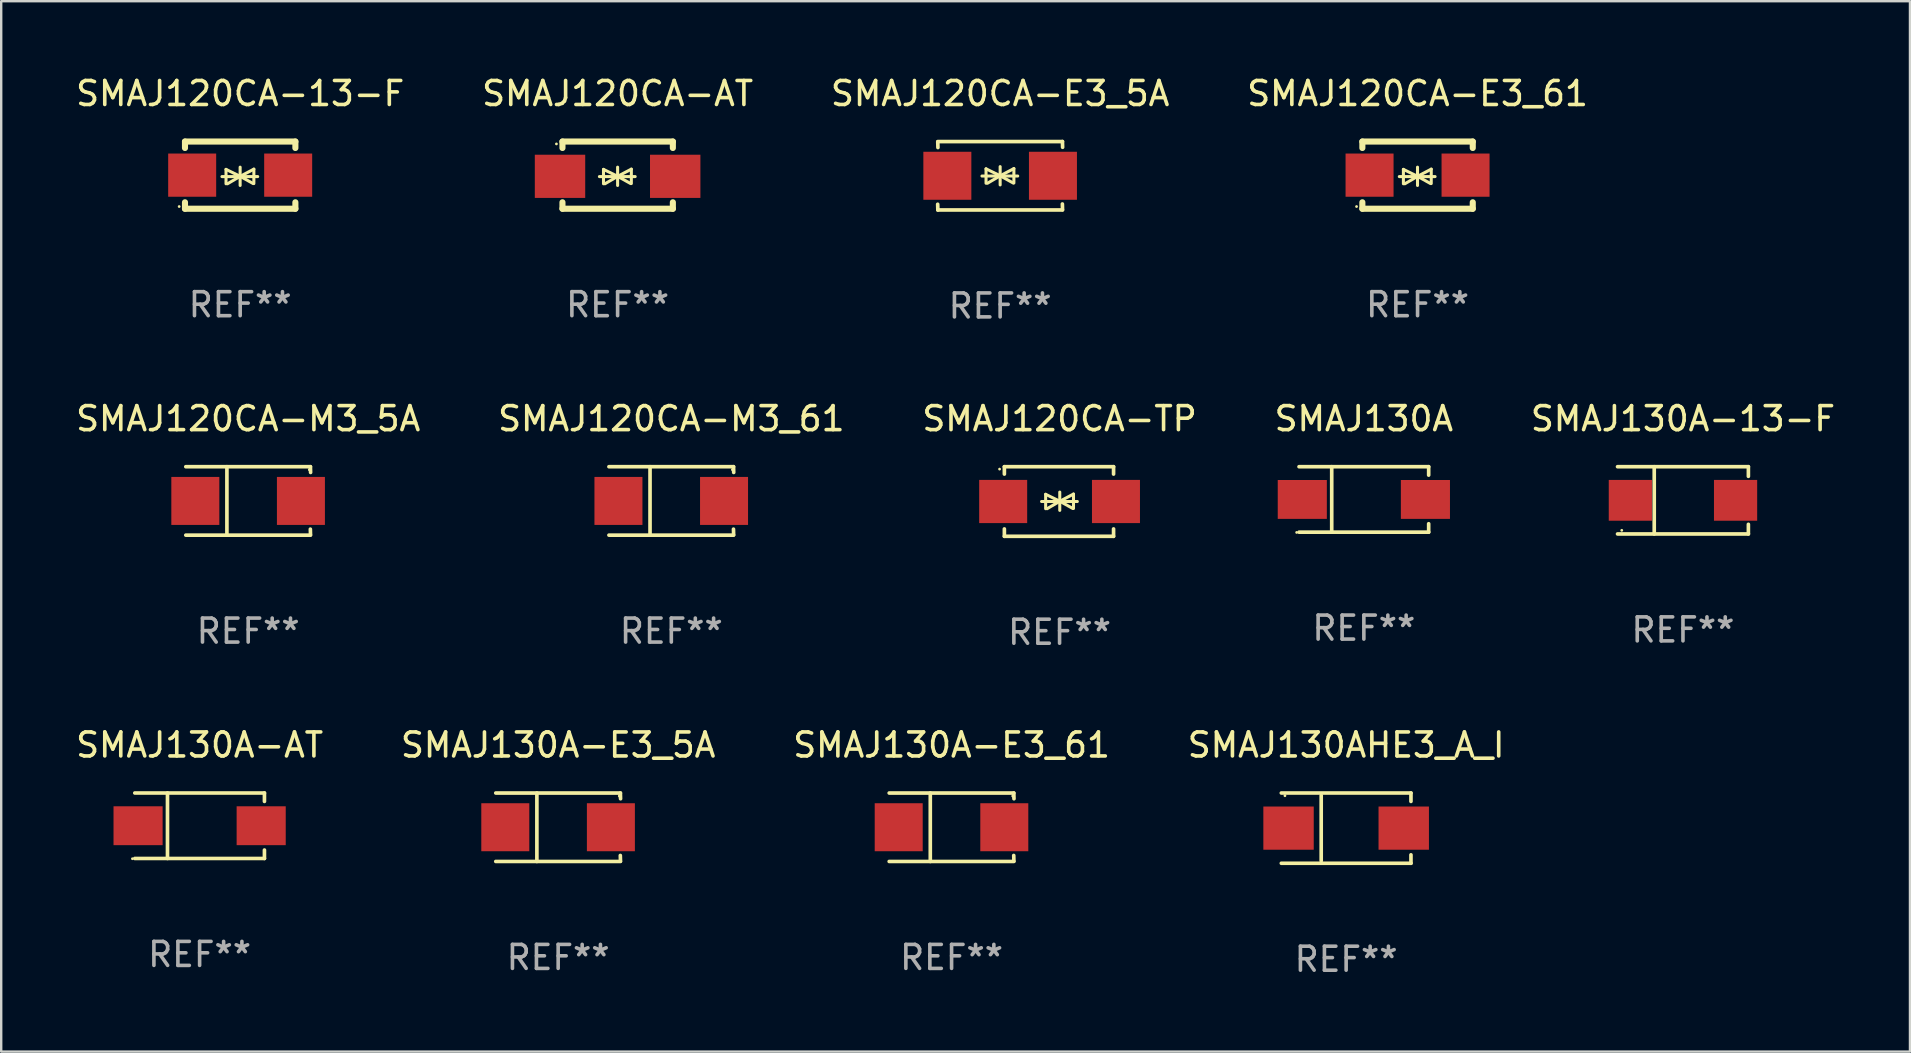
<source format=kicad_pcb>
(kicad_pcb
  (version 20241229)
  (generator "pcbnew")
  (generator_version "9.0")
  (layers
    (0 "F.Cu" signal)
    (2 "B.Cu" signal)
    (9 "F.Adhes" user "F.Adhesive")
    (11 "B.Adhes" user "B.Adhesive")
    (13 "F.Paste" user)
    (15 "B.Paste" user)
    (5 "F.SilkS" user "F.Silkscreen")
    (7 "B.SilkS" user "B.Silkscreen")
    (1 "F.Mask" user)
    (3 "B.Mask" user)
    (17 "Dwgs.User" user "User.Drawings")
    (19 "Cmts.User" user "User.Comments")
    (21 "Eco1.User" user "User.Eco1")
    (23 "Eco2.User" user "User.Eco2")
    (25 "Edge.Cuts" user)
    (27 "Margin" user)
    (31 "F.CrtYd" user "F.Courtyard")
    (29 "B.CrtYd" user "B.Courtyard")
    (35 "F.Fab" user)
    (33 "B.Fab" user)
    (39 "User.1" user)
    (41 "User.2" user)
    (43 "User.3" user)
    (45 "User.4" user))
  (footprint "SMAJ130A-E3_5A"
    (layer "F.Cu")
    (at 20.208 31.42)
    (property "Reference" "SMAJ130A-E3_5A" (at 0 -3.426 0) (layer "F.SilkS") (effects (font (size 1 1) (thickness 0.15))))
    (attr through_hole)
    (fp_line (start -2.6 -1.426) (end 2.593 -1.426) (stroke (width 0.152) (type solid)) (layer "F.SilkS"))
    (fp_line (start -2.6 1.426) (end 2.593 1.426) (stroke (width 0.152) (type solid)) (layer "F.SilkS"))
    (fp_line (start -0.887 -1.426) (end -0.887 1.426) (stroke (width 0.152) (type solid)) (layer "F.SilkS"))
    (fp_line (start 2.59 1.176) (end 2.597 1.415) (stroke (width 0.152) (type solid)) (layer "F.SilkS"))
    (fp_line (start 2.593 -1.426) (end 2.6 -1.187) (stroke (width 0.152) (type solid)) (layer "F.SilkS"))
    (fp_circle (center 2.547 -1.3) (end 2.577 -1.3) (stroke (width 0.06) (type solid)) (fill no) (layer "F.SilkS"))
    (fp_text user "REF**" (at 0 5.426 0) (layer "F.Fab") (effects (font (size 1 1) (thickness 0.15))))
    (pad "1" smd rect (at 2.197 -0.000025 180) (size 2 2) (layers "F.Cu" "F.Mask" "F.Paste"))
    (pad "2" smd rect (at -2.203 -0.000025 180) (size 2 2) (layers "F.Cu" "F.Mask" "F.Paste")))
  (footprint "SMAJ120CA-AT"
    (layer "F.Cu")
    (at 22.685 4.248)
    (property "Reference" "SMAJ120CA-AT" (at 0 -3.4 0) (layer "F.SilkS") (effects (font (size 1 1) (thickness 0.15))))
    (attr through_hole)
    (fp_line (start -2.298 -1.4) (end -2.298 -1.131) (stroke (width 0.254) (type solid)) (layer "F.SilkS"))
    (fp_line (start -2.298 -1.4) (end 2.302 -1.4) (stroke (width 0.254) (type solid)) (layer "F.SilkS"))
    (fp_line (start -2.298 1.131) (end -2.298 1.4) (stroke (width 0.254) (type solid)) (layer "F.SilkS"))
    (fp_line (start -2.298 1.4) (end 2.302 1.4) (stroke (width 0.254) (type solid)) (layer "F.SilkS"))
    (fp_line (start -0.758 0.06) (end 0.732 0.06) (stroke (width 0.127) (type solid)) (layer "F.SilkS"))
    (fp_line (start -0.588 -0.24) (end -0.588 0.36) (stroke (width 0.127) (type solid)) (layer "F.SilkS"))
    (fp_line (start -0.588 -0.24) (end 0.000025 0.049) (stroke (width 0.127) (type solid)) (layer "F.SilkS"))
    (fp_line (start -0.528 0.36) (end 0.000025 0.049) (stroke (width 0.127) (type solid)) (layer "F.SilkS"))
    (fp_line (start 0.000025 0.049) (end 0.000025 -0.332) (stroke (width 0.127) (type solid)) (layer "F.SilkS"))
    (fp_line (start 0.000025 0.049) (end 0.000025 0.43) (stroke (width 0.127) (type solid)) (layer "F.SilkS"))
    (fp_line (start 0.542 0.35) (end 0.000025 0.049) (stroke (width 0.127) (type solid)) (layer "F.SilkS"))
    (fp_line (start 0.572 -0.25) (end 0.000025 0.049) (stroke (width 0.127) (type solid)) (layer "F.SilkS"))
    (fp_line (start 0.572 -0.25) (end 0.572 0.35) (stroke (width 0.127) (type solid)) (layer "F.SilkS"))
    (fp_line (start 2.302 -1.4) (end 2.302 -1.131) (stroke (width 0.254) (type solid)) (layer "F.SilkS"))
    (fp_line (start 2.302 1.131) (end 2.302 1.4) (stroke (width 0.254) (type solid)) (layer "F.SilkS"))
    (fp_circle (center -2.549 -1.301) (end -2.519 -1.301) (stroke (width 0.06) (type solid)) (fill no) (layer "F.SilkS"))
    (fp_text user "REF**" (at 0 5.4 0) (layer "F.Fab") (effects (font (size 1 1) (thickness 0.15))))
    (pad "1" smd rect (at -2.4 0.049) (size 2.1 1.8) (layers "F.Cu" "F.Mask" "F.Paste"))
    (pad "2" smd rect (at 2.4 0.049) (size 2.1 1.8) (layers "F.Cu" "F.Mask" "F.Paste")))
  (footprint "SMAJ120CA-M3_5A"
    (layer "F.Cu")
    (at 7.292 17.823)
    (property "Reference" "SMAJ120CA-M3_5A" (at 0 -3.426 0) (layer "F.SilkS") (effects (font (size 1 1) (thickness 0.15))))
    (attr through_hole)
    (fp_line (start -2.6 -1.426) (end 2.593 -1.426) (stroke (width 0.152) (type solid)) (layer "F.SilkS"))
    (fp_line (start -2.6 1.426) (end 2.593 1.426) (stroke (width 0.152) (type solid)) (layer "F.SilkS"))
    (fp_line (start -0.887 -1.426) (end -0.887 1.426) (stroke (width 0.152) (type solid)) (layer "F.SilkS"))
    (fp_line (start 2.59 1.176) (end 2.597 1.415) (stroke (width 0.152) (type solid)) (layer "F.SilkS"))
    (fp_line (start 2.593 -1.426) (end 2.6 -1.187) (stroke (width 0.152) (type solid)) (layer "F.SilkS"))
    (fp_circle (center 2.547 -1.3) (end 2.577 -1.3) (stroke (width 0.06) (type solid)) (fill no) (layer "F.SilkS"))
    (fp_text user "REF**" (at 0 5.426 0) (layer "F.Fab") (effects (font (size 1 1) (thickness 0.15))))
    (pad "1" smd rect (at 2.197 -0.000025 180) (size 2 2) (layers "F.Cu" "F.Mask" "F.Paste"))
    (pad "2" smd rect (at -2.203 -0.000025 180) (size 2 2) (layers "F.Cu" "F.Mask" "F.Paste")))
  (footprint "SMAJ130A-13-F"
    (layer "F.Cu")
    (at 67.077 17.798)
    (property "Reference" "SMAJ130A-13-F" (at 0 -3.401 0) (layer "F.SilkS") (effects (font (size 1 1) (thickness 0.15))))
    (attr through_hole)
    (fp_line (start -2.726 -1.401) (end 2.726 -1.401) (stroke (width 0.152) (type solid)) (layer "F.SilkS"))
    (fp_line (start -2.726 1.401) (end 2.726 1.401) (stroke (width 0.152) (type solid)) (layer "F.SilkS"))
    (fp_line (start -1.197 -1.401) (end -1.197 1.401) (stroke (width 0.152) (type solid)) (layer "F.SilkS"))
    (fp_line (start 2.726 -1.401) (end 2.726 -1) (stroke (width 0.152) (type solid)) (layer "F.SilkS"))
    (fp_line (start 2.726 1.401) (end 2.726 1) (stroke (width 0.152) (type solid)) (layer "F.SilkS"))
    (fp_circle (center -2.55 1.25) (end -2.52 1.25) (stroke (width 0.06) (type solid)) (fill no) (layer "F.SilkS"))
    (fp_text user "REF**" (at 0 5.401 0) (layer "F.Fab") (effects (font (size 1 1) (thickness 0.15))))
    (pad "1" smd rect (at -2.192 0) (size 1.8 1.7) (layers "F.Cu" "F.Mask" "F.Paste"))
    (pad "2" smd rect (at 2.192 0) (size 1.8 1.7) (layers "F.Cu" "F.Mask" "F.Paste")))
  (footprint "SMAJ120CA-E3_5A"
    (layer "F.Cu")
    (at 38.625 4.274)
    (property "Reference" "SMAJ120CA-E3_5A" (at 0 -3.426 0) (layer "F.SilkS") (effects (font (size 1 1) (thickness 0.15))))
    (attr through_hole)
    (fp_line (start -2.596 -1.426) (end 2.596 -1.426) (stroke (width 0.152) (type solid)) (layer "F.SilkS"))
    (fp_line (start -2.596 1.426) (end -2.603 1.187) (stroke (width 0.152) (type solid)) (layer "F.SilkS"))
    (fp_line (start -2.596 1.426) (end 2.596 1.426) (stroke (width 0.152) (type solid)) (layer "F.SilkS"))
    (fp_line (start -2.593 -1.176) (end -2.6 -1.415) (stroke (width 0.152) (type solid)) (layer "F.SilkS"))
    (fp_line (start -0.758 0.011) (end 0.732 0.011) (stroke (width 0.127) (type solid)) (layer "F.SilkS"))
    (fp_line (start -0.588 -0.289) (end -0.588 0.311) (stroke (width 0.127) (type solid)) (layer "F.SilkS"))
    (fp_line (start -0.588 -0.289) (end 0 0) (stroke (width 0.127) (type solid)) (layer "F.SilkS"))
    (fp_line (start -0.528 0.311) (end 0 0) (stroke (width 0.127) (type solid)) (layer "F.SilkS"))
    (fp_line (start 0 0) (end 0 -0.381) (stroke (width 0.127) (type solid)) (layer "F.SilkS"))
    (fp_line (start 0 0) (end 0 0.381) (stroke (width 0.127) (type solid)) (layer "F.SilkS"))
    (fp_line (start 0.542 0.301) (end 0 0) (stroke (width 0.127) (type solid)) (layer "F.SilkS"))
    (fp_line (start 0.572 -0.299) (end 0 0) (stroke (width 0.127) (type solid)) (layer "F.SilkS"))
    (fp_line (start 0.572 -0.299) (end 0.572 0.301) (stroke (width 0.127) (type solid)) (layer "F.SilkS"))
    (fp_line (start 2.593 1.176) (end 2.6 1.415) (stroke (width 0.152) (type solid)) (layer "F.SilkS"))
    (fp_line (start 2.596 -1.426) (end 2.603 -1.187) (stroke (width 0.152) (type solid)) (layer "F.SilkS"))
    (fp_circle (center -2.605 1.3) (end -2.575 1.3) (stroke (width 0.06) (type solid)) (fill no) (layer "F.SilkS"))
    (fp_text user "REF**" (at 0 5.426 0) (layer "F.Fab") (effects (font (size 1 1) (thickness 0.15))))
    (pad "1" smd rect (at -2.2 0 180) (size 2 2) (layers "F.Cu" "F.Mask" "F.Paste"))
    (pad "2" smd rect (at 2.2 0 180) (size 2 2) (layers "F.Cu" "F.Mask" "F.Paste")))
  (footprint "SMAJ130A-E3_61"
    (layer "F.Cu")
    (at 36.601 31.42)
    (property "Reference" "SMAJ130A-E3_61" (at 0 -3.426 0) (layer "F.SilkS") (effects (font (size 1 1) (thickness 0.15))))
    (attr through_hole)
    (fp_line (start -2.6 -1.426) (end 2.593 -1.426) (stroke (width 0.152) (type solid)) (layer "F.SilkS"))
    (fp_line (start -2.6 1.426) (end 2.593 1.426) (stroke (width 0.152) (type solid)) (layer "F.SilkS"))
    (fp_line (start -0.887 -1.426) (end -0.887 1.426) (stroke (width 0.152) (type solid)) (layer "F.SilkS"))
    (fp_line (start 2.59 1.176) (end 2.597 1.415) (stroke (width 0.152) (type solid)) (layer "F.SilkS"))
    (fp_line (start 2.593 -1.426) (end 2.6 -1.187) (stroke (width 0.152) (type solid)) (layer "F.SilkS"))
    (fp_circle (center 2.547 -1.3) (end 2.577 -1.3) (stroke (width 0.06) (type solid)) (fill no) (layer "F.SilkS"))
    (fp_text user "REF**" (at 0 5.426 0) (layer "F.Fab") (effects (font (size 1 1) (thickness 0.15))))
    (pad "1" smd rect (at 2.197 -0.000025 180) (size 2 2) (layers "F.Cu" "F.Mask" "F.Paste"))
    (pad "2" smd rect (at -2.203 -0.000025 180) (size 2 2) (layers "F.Cu" "F.Mask" "F.Paste")))
  (footprint "SMAJ130AHE3_A_I"
    (layer "F.Cu")
    (at 53.042 31.457)
    (property "Reference" "SMAJ130AHE3_A_I" (at 0 -3.464 0) (layer "F.SilkS") (effects (font (size 1 1) (thickness 0.15))))
    (attr through_hole)
    (fp_line (start -2.701 -1.464) (end 2.701 -1.464) (stroke (width 0.152) (type solid)) (layer "F.SilkS"))
    (fp_line (start -2.701 1.464) (end 2.701 1.464) (stroke (width 0.152) (type solid)) (layer "F.SilkS"))
    (fp_line (start -1.039 -1.364) (end -1.039 1.364) (stroke (width 0.152) (type solid)) (layer "F.SilkS"))
    (fp_line (start 2.701 -1.464) (end 2.701 -1.113) (stroke (width 0.152) (type solid)) (layer "F.SilkS"))
    (fp_line (start 2.701 1.464) (end 2.701 1.113) (stroke (width 0.152) (type solid)) (layer "F.SilkS"))
    (fp_circle (center -2.55 -1.35) (end -2.52 -1.35) (stroke (width 0.06) (type solid)) (fill no) (layer "F.SilkS"))
    (fp_text user "REF**" (at 0 5.464 0) (layer "F.Fab") (effects (font (size 1 1) (thickness 0.15))))
    (pad "1" smd rect (at -2.4 0) (size 2.1 1.8) (layers "F.Cu" "F.Mask" "F.Paste"))
    (pad "2" smd rect (at 2.4 0) (size 2.1 1.8) (layers "F.Cu" "F.Mask" "F.Paste")))
  (footprint "SMAJ130A-AT"
    (layer "F.Cu")
    (at 5.268 31.357)
    (property "Reference" "SMAJ130A-AT" (at 0 -3.364 0) (layer "F.SilkS") (effects (font (size 1 1) (thickness 0.15))))
    (attr through_hole)
    (fp_line (start -2.701 -1.364) (end 2.701 -1.364) (stroke (width 0.152) (type solid)) (layer "F.SilkS"))
    (fp_line (start -2.701 1.364) (end 2.701 1.364) (stroke (width 0.152) (type solid)) (layer "F.SilkS"))
    (fp_line (start -1.339 -1.364) (end -1.339 1.364) (stroke (width 0.152) (type solid)) (layer "F.SilkS"))
    (fp_line (start 2.701 -1.364) (end 2.701 -1.013) (stroke (width 0.152) (type solid)) (layer "F.SilkS"))
    (fp_line (start 2.701 1.364) (end 2.701 1.013) (stroke (width 0.152) (type solid)) (layer "F.SilkS"))
    (fp_circle (center -2.8 1.375) (end -2.77 1.375) (stroke (width 0.06) (type solid)) (fill no) (layer "F.SilkS"))
    (fp_text user "REF**" (at 0 5.364 0) (layer "F.Fab") (effects (font (size 1 1) (thickness 0.15))))
    (pad "1" smd rect (at -2.565 -0.000025) (size 2.046 1.62) (layers "F.Cu" "F.Mask" "F.Paste"))
    (pad "2" smd rect (at 2.565 -0.000025) (size 2.046 1.62) (layers "F.Cu" "F.Mask" "F.Paste")))
  (footprint "SMAJ130A"
    (layer "F.Cu")
    (at 53.78 17.761)
    (property "Reference" "SMAJ130A" (at 0 -3.364 0) (layer "F.SilkS") (effects (font (size 1 1) (thickness 0.15))))
    (attr through_hole)
    (fp_line (start -2.701 -1.364) (end 2.701 -1.364) (stroke (width 0.152) (type solid)) (layer "F.SilkS"))
    (fp_line (start -2.701 1.364) (end 2.701 1.364) (stroke (width 0.152) (type solid)) (layer "F.SilkS"))
    (fp_line (start -1.339 -1.364) (end -1.339 1.364) (stroke (width 0.152) (type solid)) (layer "F.SilkS"))
    (fp_line (start 2.701 -1.364) (end 2.701 -1.013) (stroke (width 0.152) (type solid)) (layer "F.SilkS"))
    (fp_line (start 2.701 1.364) (end 2.701 1.013) (stroke (width 0.152) (type solid)) (layer "F.SilkS"))
    (fp_circle (center -2.8 1.375) (end -2.77 1.375) (stroke (width 0.06) (type solid)) (fill no) (layer "F.SilkS"))
    (fp_text user "REF**" (at 0 5.364 0) (layer "F.Fab") (effects (font (size 1 1) (thickness 0.15))))
    (pad "1" smd rect (at -2.565 -0.000025) (size 2.046 1.62) (layers "F.Cu" "F.Mask" "F.Paste"))
    (pad "2" smd rect (at 2.565 -0.000025) (size 2.046 1.62) (layers "F.Cu" "F.Mask" "F.Paste")))
  (footprint "SMAJ120CA-TP"
    (layer "F.Cu")
    (at 41.101 17.847)
    (property "Reference" "SMAJ120CA-TP" (at 0 -3.45 0) (layer "F.SilkS") (effects (font (size 1 1) (thickness 0.15))))
    (attr through_hole)
    (fp_line (start -2.3 -1.45) (end -2.3 -1.143) (stroke (width 0.152) (type solid)) (layer "F.SilkS"))
    (fp_line (start -2.3 -1.45) (end 2.25 -1.45) (stroke (width 0.152) (type solid)) (layer "F.SilkS"))
    (fp_line (start -2.3 1.45) (end -2.3 1.143) (stroke (width 0.152) (type solid)) (layer "F.SilkS"))
    (fp_line (start -0.75 0.000025) (end 0.74 0.000025) (stroke (width 0.127) (type solid)) (layer "F.SilkS"))
    (fp_line (start -0.58 -0.3) (end -0.58 0.3) (stroke (width 0.127) (type solid)) (layer "F.SilkS"))
    (fp_line (start -0.58 -0.3) (end 0.008 -0.011) (stroke (width 0.127) (type solid)) (layer "F.SilkS"))
    (fp_line (start -0.52 0.3) (end 0.008 -0.011) (stroke (width 0.127) (type solid)) (layer "F.SilkS"))
    (fp_line (start 0.008 -0.011) (end 0.008 -0.392) (stroke (width 0.127) (type solid)) (layer "F.SilkS"))
    (fp_line (start 0.008 -0.011) (end 0.008 0.37) (stroke (width 0.127) (type solid)) (layer "F.SilkS"))
    (fp_line (start 0.55 0.29) (end 0.008 -0.011) (stroke (width 0.127) (type solid)) (layer "F.SilkS"))
    (fp_line (start 0.58 -0.31) (end 0.008 -0.011) (stroke (width 0.127) (type solid)) (layer "F.SilkS"))
    (fp_line (start 0.58 -0.31) (end 0.58 0.29) (stroke (width 0.127) (type solid)) (layer "F.SilkS"))
    (fp_line (start 2.25 -1.45) (end 2.25 -1.143) (stroke (width 0.152) (type solid)) (layer "F.SilkS"))
    (fp_line (start 2.25 1.45) (end -2.3 1.45) (stroke (width 0.152) (type solid)) (layer "F.SilkS"))
    (fp_line (start 2.25 1.45) (end 2.25 1.143) (stroke (width 0.152) (type solid)) (layer "F.SilkS"))
    (fp_circle (center -2.5 -1.35) (end -2.47 -1.35) (stroke (width 0.06) (type solid)) (fill no) (layer "F.SilkS"))
    (fp_text user "REF**" (at 0 5.45 0) (layer "F.Fab") (effects (font (size 1 1) (thickness 0.15))))
    (pad "1" smd rect (at -2.35 -0.000025) (size 2 1.8) (layers "F.Cu" "F.Mask" "F.Paste"))
    (pad "2" smd rect (at 2.35 -0.000025) (size 2 1.8) (layers "F.Cu" "F.Mask" "F.Paste")))
  (footprint "SMAJ120CA-13-F"
    (layer "F.Cu")
    (at 6.958 4.248)
    (property "Reference" "SMAJ120CA-13-F" (at 0 -3.4 0) (layer "F.SilkS") (effects (font (size 1 1) (thickness 0.15))))
    (attr through_hole)
    (fp_line (start -2.3 -1.4) (end -2.3 -1.131) (stroke (width 0.254) (type solid)) (layer "F.SilkS"))
    (fp_line (start -2.3 -1.4) (end 2.3 -1.4) (stroke (width 0.254) (type solid)) (layer "F.SilkS"))
    (fp_line (start -2.3 1.131) (end -2.3 1.4) (stroke (width 0.254) (type solid)) (layer "F.SilkS"))
    (fp_line (start -2.3 1.4) (end 2.3 1.4) (stroke (width 0.254) (type solid)) (layer "F.SilkS"))
    (fp_line (start -0.76 0.06) (end 0.73 0.06) (stroke (width 0.127) (type solid)) (layer "F.SilkS"))
    (fp_line (start -0.59 -0.24) (end -0.59 0.36) (stroke (width 0.127) (type solid)) (layer "F.SilkS"))
    (fp_line (start -0.59 -0.24) (end -0.002 0.049) (stroke (width 0.127) (type solid)) (layer "F.SilkS"))
    (fp_line (start -0.53 0.36) (end -0.002 0.049) (stroke (width 0.127) (type solid)) (layer "F.SilkS"))
    (fp_line (start -0.002 0.049) (end -0.002 -0.332) (stroke (width 0.127) (type solid)) (layer "F.SilkS"))
    (fp_line (start -0.002 0.049) (end -0.002 0.43) (stroke (width 0.127) (type solid)) (layer "F.SilkS"))
    (fp_line (start 0.54 0.35) (end -0.002 0.049) (stroke (width 0.127) (type solid)) (layer "F.SilkS"))
    (fp_line (start 0.57 -0.25) (end -0.002 0.049) (stroke (width 0.127) (type solid)) (layer "F.SilkS"))
    (fp_line (start 0.57 -0.25) (end 0.57 0.35) (stroke (width 0.127) (type solid)) (layer "F.SilkS"))
    (fp_line (start 2.3 -1.4) (end 2.3 -1.131) (stroke (width 0.254) (type solid)) (layer "F.SilkS"))
    (fp_line (start 2.3 1.131) (end 2.3 1.4) (stroke (width 0.254) (type solid)) (layer "F.SilkS"))
    (fp_circle (center -2.542 1.308) (end -2.512 1.308) (stroke (width 0.06) (type solid)) (fill no) (layer "F.SilkS"))
    (fp_text user "REF**" (at 0 5.4 0) (layer "F.Fab") (effects (font (size 1 1) (thickness 0.15))))
    (pad "1" smd rect (at -2 0) (size 2 1.8) (layers "F.Cu" "F.Mask" "F.Paste"))
    (pad "2" smd rect (at 2 0) (size 2 1.8) (layers "F.Cu" "F.Mask" "F.Paste")))
  (footprint "SMAJ120CA-E3_61"
    (layer "F.Cu")
    (at 56.018 4.248)
    (property "Reference" "SMAJ120CA-E3_61" (at 0 -3.4 0) (layer "F.SilkS") (effects (font (size 1 1) (thickness 0.15))))
    (attr through_hole)
    (fp_line (start -2.3 -1.4) (end -2.3 -1.131) (stroke (width 0.254) (type solid)) (layer "F.SilkS"))
    (fp_line (start -2.3 -1.4) (end 2.3 -1.4) (stroke (width 0.254) (type solid)) (layer "F.SilkS"))
    (fp_line (start -2.3 1.131) (end -2.3 1.4) (stroke (width 0.254) (type solid)) (layer "F.SilkS"))
    (fp_line (start -2.3 1.4) (end 2.3 1.4) (stroke (width 0.254) (type solid)) (layer "F.SilkS"))
    (fp_line (start -0.76 0.06) (end 0.73 0.06) (stroke (width 0.127) (type solid)) (layer "F.SilkS"))
    (fp_line (start -0.59 -0.24) (end -0.59 0.36) (stroke (width 0.127) (type solid)) (layer "F.SilkS"))
    (fp_line (start -0.59 -0.24) (end -0.002 0.049) (stroke (width 0.127) (type solid)) (layer "F.SilkS"))
    (fp_line (start -0.53 0.36) (end -0.002 0.049) (stroke (width 0.127) (type solid)) (layer "F.SilkS"))
    (fp_line (start -0.002 0.049) (end -0.002 -0.332) (stroke (width 0.127) (type solid)) (layer "F.SilkS"))
    (fp_line (start -0.002 0.049) (end -0.002 0.43) (stroke (width 0.127) (type solid)) (layer "F.SilkS"))
    (fp_line (start 0.54 0.35) (end -0.002 0.049) (stroke (width 0.127) (type solid)) (layer "F.SilkS"))
    (fp_line (start 0.57 -0.25) (end -0.002 0.049) (stroke (width 0.127) (type solid)) (layer "F.SilkS"))
    (fp_line (start 0.57 -0.25) (end 0.57 0.35) (stroke (width 0.127) (type solid)) (layer "F.SilkS"))
    (fp_line (start 2.3 -1.4) (end 2.3 -1.131) (stroke (width 0.254) (type solid)) (layer "F.SilkS"))
    (fp_line (start 2.3 1.131) (end 2.3 1.4) (stroke (width 0.254) (type solid)) (layer "F.SilkS"))
    (fp_circle (center -2.542 1.308) (end -2.512 1.308) (stroke (width 0.06) (type solid)) (fill no) (layer "F.SilkS"))
    (fp_text user "REF**" (at 0 5.4 0) (layer "F.Fab") (effects (font (size 1 1) (thickness 0.15))))
    (pad "1" smd rect (at -2 0) (size 2 1.8) (layers "F.Cu" "F.Mask" "F.Paste"))
    (pad "2" smd rect (at 2 0) (size 2 1.8) (layers "F.Cu" "F.Mask" "F.Paste")))
  (footprint "SMAJ120CA-M3_61"
    (layer "F.Cu")
    (at 24.923 17.823)
    (property "Reference" "SMAJ120CA-M3_61" (at 0 -3.426 0) (layer "F.SilkS") (effects (font (size 1 1) (thickness 0.15))))
    (attr through_hole)
    (fp_line (start -2.6 -1.426) (end 2.593 -1.426) (stroke (width 0.152) (type solid)) (layer "F.SilkS"))
    (fp_line (start -2.6 1.426) (end 2.593 1.426) (stroke (width 0.152) (type solid)) (layer "F.SilkS"))
    (fp_line (start -0.887 -1.426) (end -0.887 1.426) (stroke (width 0.152) (type solid)) (layer "F.SilkS"))
    (fp_line (start 2.59 1.176) (end 2.597 1.415) (stroke (width 0.152) (type solid)) (layer "F.SilkS"))
    (fp_line (start 2.593 -1.426) (end 2.6 -1.187) (stroke (width 0.152) (type solid)) (layer "F.SilkS"))
    (fp_circle (center 2.547 -1.3) (end 2.577 -1.3) (stroke (width 0.06) (type solid)) (fill no) (layer "F.SilkS"))
    (fp_text user "REF**" (at 0 5.426 0) (layer "F.Fab") (effects (font (size 1 1) (thickness 0.15))))
    (pad "1" smd rect (at 2.197 -0.000025 180) (size 2 2) (layers "F.Cu" "F.Mask" "F.Paste"))
    (pad "2" smd rect (at -2.203 -0.000025 180) (size 2 2) (layers "F.Cu" "F.Mask" "F.Paste")))
  (gr_rect
    (start -3 -3)
    (end 76.536 40.769)
    (stroke (width 0.1) (type default))
    (fill no)
    (layer "Edge.Cuts")))
</source>
